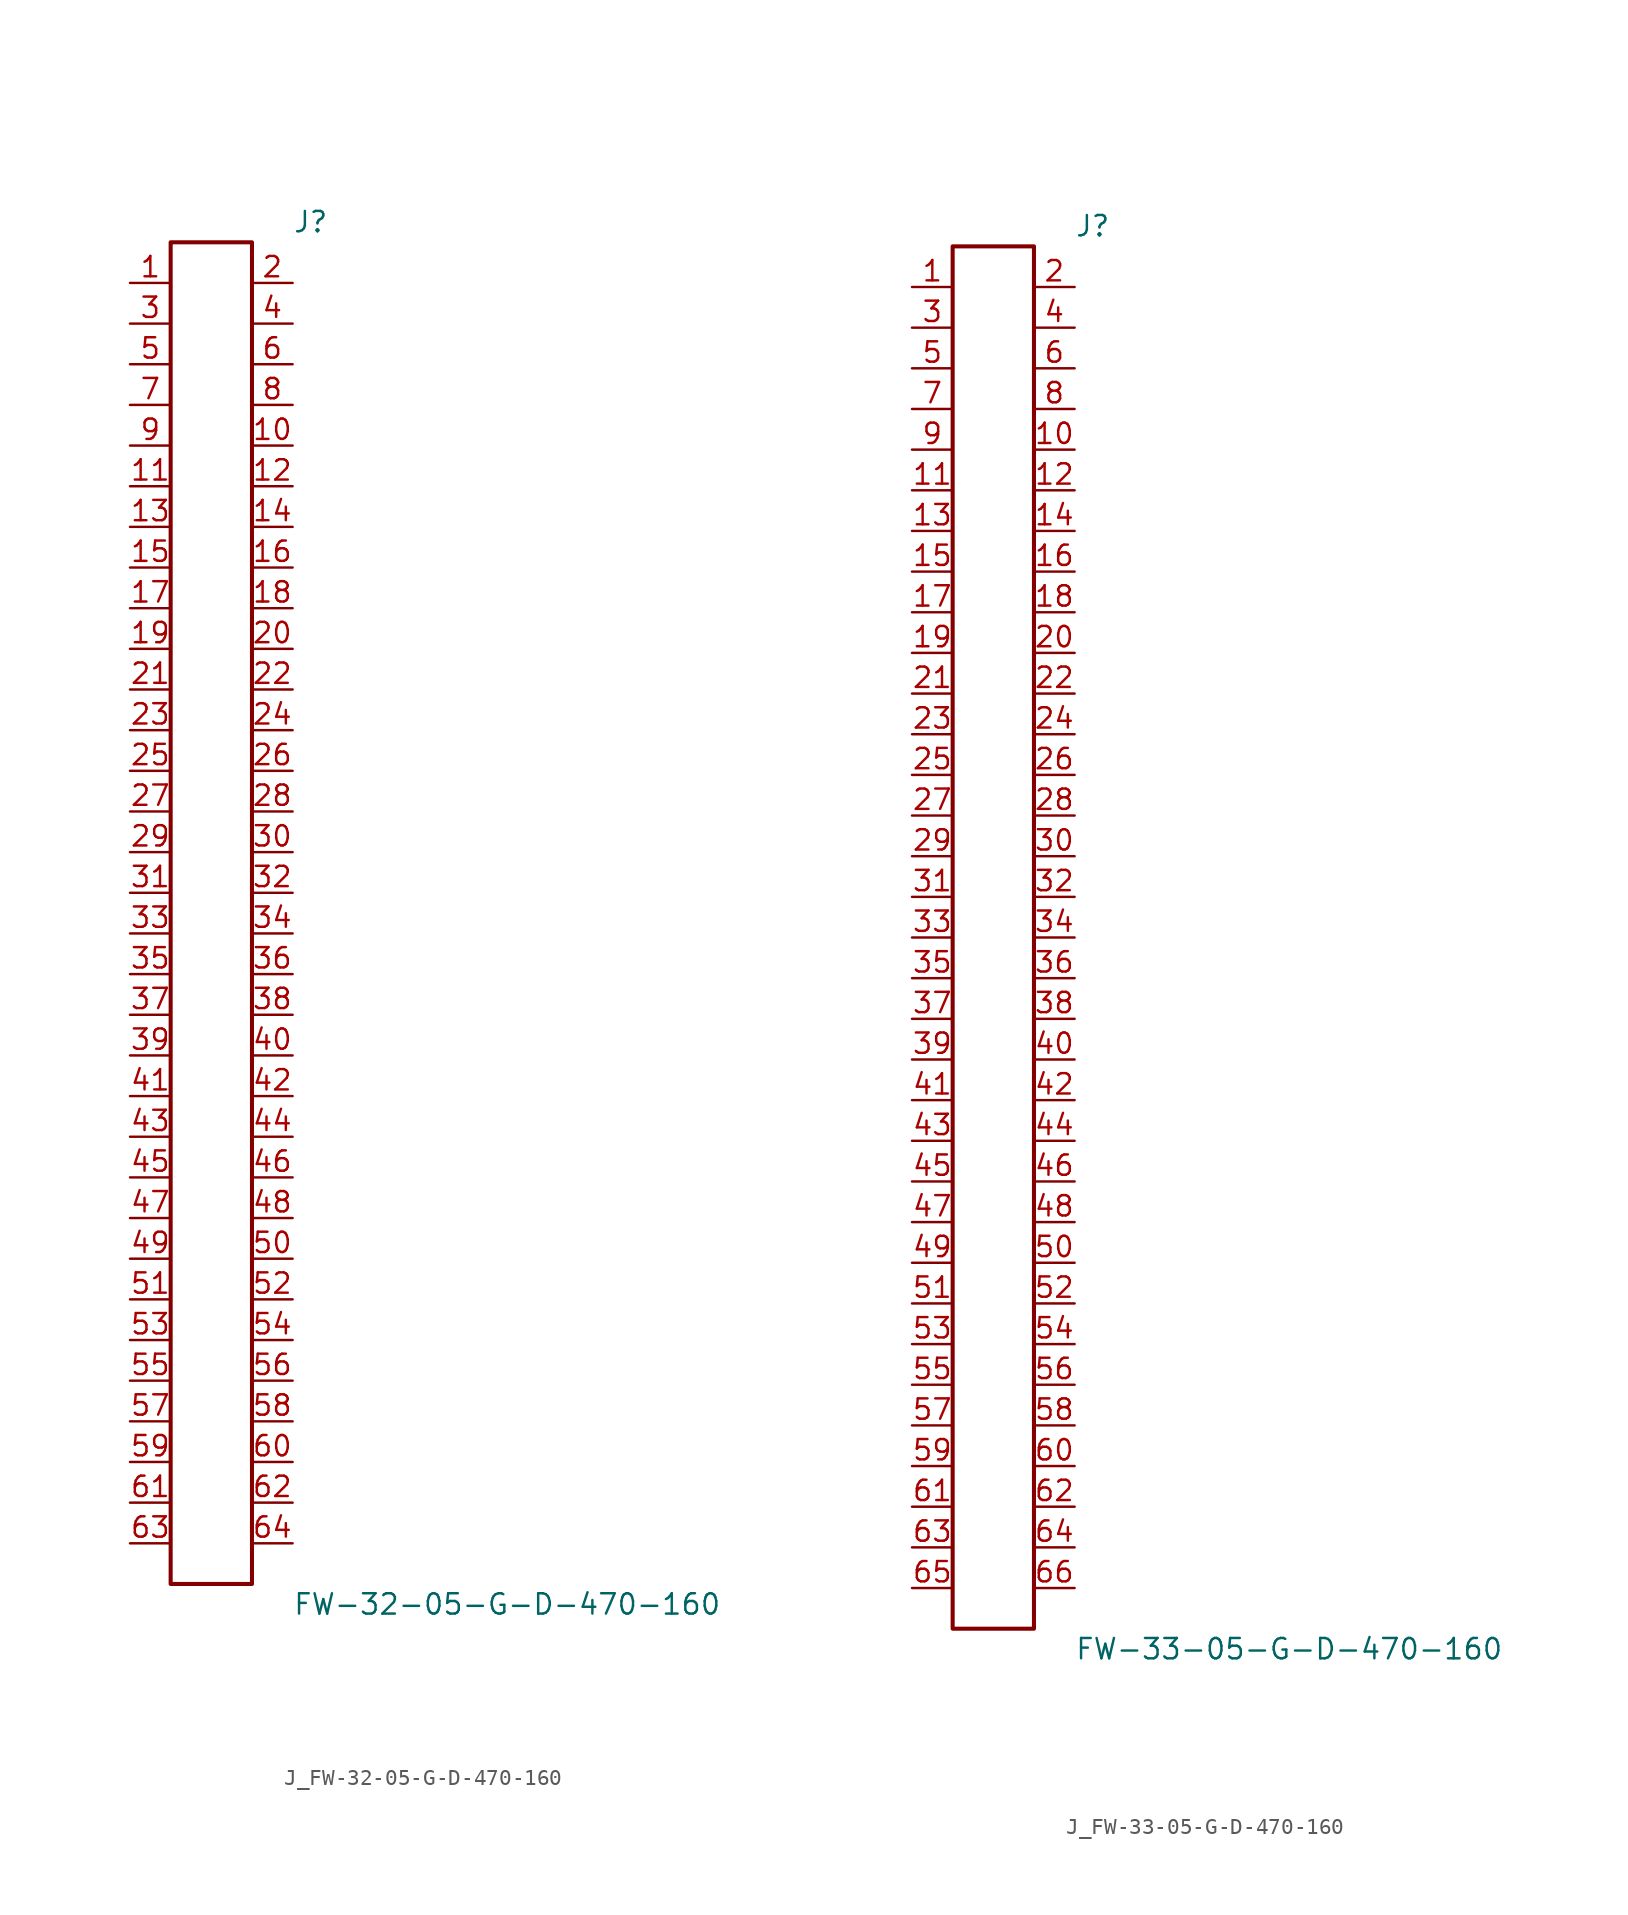
<source format=kicad_sym>
(kicad_symbol_lib
  (version 20231120)
  (generator kicad_symbol_editor)
  (generator_version 8.0)
  (symbol "J_FW-32-05-G-D-470-160"
    (pin_names
      (offset 0.254))
    (property "Reference" "J"
      (at 5.08 43.18 0)
      (effects (font (size 1.27 1.27)) (justify left)))
    (property "Value" "FW-32-05-G-D-470-160"
      (at 5.08 -43.18 0)
      (effects (font (size 1.27 1.27)) (justify left)))
    (symbol "J_FW-32-05-G-D-470-160_0_0"
      (pin unspecified line (at -5.08 39.37 0) (length 2.54) (name "" (effects (font (size 1.27 1.27)))) (number "1" (effects (font (size 1.27 1.27)))))
      (pin unspecified line (at 5.08 39.37 180) (length 2.54) (name "" (effects (font (size 1.27 1.27)))) (number "2" (effects (font (size 1.27 1.27)))))
      (pin unspecified line (at -5.08 36.83 0) (length 2.54) (name "" (effects (font (size 1.27 1.27)))) (number "3" (effects (font (size 1.27 1.27)))))
      (pin unspecified line (at 5.08 36.83 180) (length 2.54) (name "" (effects (font (size 1.27 1.27)))) (number "4" (effects (font (size 1.27 1.27)))))
      (pin unspecified line (at -5.08 34.29 0) (length 2.54) (name "" (effects (font (size 1.27 1.27)))) (number "5" (effects (font (size 1.27 1.27)))))
      (pin unspecified line (at 5.08 34.29 180) (length 2.54) (name "" (effects (font (size 1.27 1.27)))) (number "6" (effects (font (size 1.27 1.27)))))
      (pin unspecified line (at -5.08 31.75 0) (length 2.54) (name "" (effects (font (size 1.27 1.27)))) (number "7" (effects (font (size 1.27 1.27)))))
      (pin unspecified line (at 5.08 31.75 180) (length 2.54) (name "" (effects (font (size 1.27 1.27)))) (number "8" (effects (font (size 1.27 1.27)))))
      (pin unspecified line (at -5.08 29.21 0) (length 2.54) (name "" (effects (font (size 1.27 1.27)))) (number "9" (effects (font (size 1.27 1.27)))))
      (pin unspecified line (at 5.08 29.21 180) (length 2.54) (name "" (effects (font (size 1.27 1.27)))) (number "10" (effects (font (size 1.27 1.27)))))
      (pin unspecified line (at -5.08 26.67 0) (length 2.54) (name "" (effects (font (size 1.27 1.27)))) (number "11" (effects (font (size 1.27 1.27)))))
      (pin unspecified line (at 5.08 26.67 180) (length 2.54) (name "" (effects (font (size 1.27 1.27)))) (number "12" (effects (font (size 1.27 1.27)))))
      (pin unspecified line (at -5.08 24.13 0) (length 2.54) (name "" (effects (font (size 1.27 1.27)))) (number "13" (effects (font (size 1.27 1.27)))))
      (pin unspecified line (at 5.08 24.13 180) (length 2.54) (name "" (effects (font (size 1.27 1.27)))) (number "14" (effects (font (size 1.27 1.27)))))
      (pin unspecified line (at -5.08 21.59 0) (length 2.54) (name "" (effects (font (size 1.27 1.27)))) (number "15" (effects (font (size 1.27 1.27)))))
      (pin unspecified line (at 5.08 21.59 180) (length 2.54) (name "" (effects (font (size 1.27 1.27)))) (number "16" (effects (font (size 1.27 1.27)))))
      (pin unspecified line (at -5.08 19.05 0) (length 2.54) (name "" (effects (font (size 1.27 1.27)))) (number "17" (effects (font (size 1.27 1.27)))))
      (pin unspecified line (at 5.08 19.05 180) (length 2.54) (name "" (effects (font (size 1.27 1.27)))) (number "18" (effects (font (size 1.27 1.27)))))
      (pin unspecified line (at -5.08 16.51 0) (length 2.54) (name "" (effects (font (size 1.27 1.27)))) (number "19" (effects (font (size 1.27 1.27)))))
      (pin unspecified line (at 5.08 16.51 180) (length 2.54) (name "" (effects (font (size 1.27 1.27)))) (number "20" (effects (font (size 1.27 1.27)))))
      (pin unspecified line (at -5.08 13.97 0) (length 2.54) (name "" (effects (font (size 1.27 1.27)))) (number "21" (effects (font (size 1.27 1.27)))))
      (pin unspecified line (at 5.08 13.97 180) (length 2.54) (name "" (effects (font (size 1.27 1.27)))) (number "22" (effects (font (size 1.27 1.27)))))
      (pin unspecified line (at -5.08 11.43 0) (length 2.54) (name "" (effects (font (size 1.27 1.27)))) (number "23" (effects (font (size 1.27 1.27)))))
      (pin unspecified line (at 5.08 11.43 180) (length 2.54) (name "" (effects (font (size 1.27 1.27)))) (number "24" (effects (font (size 1.27 1.27)))))
      (pin unspecified line (at -5.08 8.89 0) (length 2.54) (name "" (effects (font (size 1.27 1.27)))) (number "25" (effects (font (size 1.27 1.27)))))
      (pin unspecified line (at 5.08 8.89 180) (length 2.54) (name "" (effects (font (size 1.27 1.27)))) (number "26" (effects (font (size 1.27 1.27)))))
      (pin unspecified line (at -5.08 6.35 0) (length 2.54) (name "" (effects (font (size 1.27 1.27)))) (number "27" (effects (font (size 1.27 1.27)))))
      (pin unspecified line (at 5.08 6.35 180) (length 2.54) (name "" (effects (font (size 1.27 1.27)))) (number "28" (effects (font (size 1.27 1.27)))))
      (pin unspecified line (at -5.08 3.81 0) (length 2.54) (name "" (effects (font (size 1.27 1.27)))) (number "29" (effects (font (size 1.27 1.27)))))
      (pin unspecified line (at 5.08 3.81 180) (length 2.54) (name "" (effects (font (size 1.27 1.27)))) (number "30" (effects (font (size 1.27 1.27)))))
      (pin unspecified line (at -5.08 1.27 0) (length 2.54) (name "" (effects (font (size 1.27 1.27)))) (number "31" (effects (font (size 1.27 1.27)))))
      (pin unspecified line (at 5.08 1.27 180) (length 2.54) (name "" (effects (font (size 1.27 1.27)))) (number "32" (effects (font (size 1.27 1.27)))))
      (pin unspecified line (at -5.08 -1.27 0) (length 2.54) (name "" (effects (font (size 1.27 1.27)))) (number "33" (effects (font (size 1.27 1.27)))))
      (pin unspecified line (at 5.08 -1.27 180) (length 2.54) (name "" (effects (font (size 1.27 1.27)))) (number "34" (effects (font (size 1.27 1.27)))))
      (pin unspecified line (at -5.08 -3.81 0) (length 2.54) (name "" (effects (font (size 1.27 1.27)))) (number "35" (effects (font (size 1.27 1.27)))))
      (pin unspecified line (at 5.08 -3.81 180) (length 2.54) (name "" (effects (font (size 1.27 1.27)))) (number "36" (effects (font (size 1.27 1.27)))))
      (pin unspecified line (at -5.08 -6.35 0) (length 2.54) (name "" (effects (font (size 1.27 1.27)))) (number "37" (effects (font (size 1.27 1.27)))))
      (pin unspecified line (at 5.08 -6.35 180) (length 2.54) (name "" (effects (font (size 1.27 1.27)))) (number "38" (effects (font (size 1.27 1.27)))))
      (pin unspecified line (at -5.08 -8.89 0) (length 2.54) (name "" (effects (font (size 1.27 1.27)))) (number "39" (effects (font (size 1.27 1.27)))))
      (pin unspecified line (at 5.08 -8.89 180) (length 2.54) (name "" (effects (font (size 1.27 1.27)))) (number "40" (effects (font (size 1.27 1.27)))))
      (pin unspecified line (at -5.08 -11.43 0) (length 2.54) (name "" (effects (font (size 1.27 1.27)))) (number "41" (effects (font (size 1.27 1.27)))))
      (pin unspecified line (at 5.08 -11.43 180) (length 2.54) (name "" (effects (font (size 1.27 1.27)))) (number "42" (effects (font (size 1.27 1.27)))))
      (pin unspecified line (at -5.08 -13.97 0) (length 2.54) (name "" (effects (font (size 1.27 1.27)))) (number "43" (effects (font (size 1.27 1.27)))))
      (pin unspecified line (at 5.08 -13.97 180) (length 2.54) (name "" (effects (font (size 1.27 1.27)))) (number "44" (effects (font (size 1.27 1.27)))))
      (pin unspecified line (at -5.08 -16.51 0) (length 2.54) (name "" (effects (font (size 1.27 1.27)))) (number "45" (effects (font (size 1.27 1.27)))))
      (pin unspecified line (at 5.08 -16.51 180) (length 2.54) (name "" (effects (font (size 1.27 1.27)))) (number "46" (effects (font (size 1.27 1.27)))))
      (pin unspecified line (at -5.08 -19.05 0) (length 2.54) (name "" (effects (font (size 1.27 1.27)))) (number "47" (effects (font (size 1.27 1.27)))))
      (pin unspecified line (at 5.08 -19.05 180) (length 2.54) (name "" (effects (font (size 1.27 1.27)))) (number "48" (effects (font (size 1.27 1.27)))))
      (pin unspecified line (at -5.08 -21.59 0) (length 2.54) (name "" (effects (font (size 1.27 1.27)))) (number "49" (effects (font (size 1.27 1.27)))))
      (pin unspecified line (at 5.08 -21.59 180) (length 2.54) (name "" (effects (font (size 1.27 1.27)))) (number "50" (effects (font (size 1.27 1.27)))))
      (pin unspecified line (at -5.08 -24.13 0) (length 2.54) (name "" (effects (font (size 1.27 1.27)))) (number "51" (effects (font (size 1.27 1.27)))))
      (pin unspecified line (at 5.08 -24.13 180) (length 2.54) (name "" (effects (font (size 1.27 1.27)))) (number "52" (effects (font (size 1.27 1.27)))))
      (pin unspecified line (at -5.08 -26.67 0) (length 2.54) (name "" (effects (font (size 1.27 1.27)))) (number "53" (effects (font (size 1.27 1.27)))))
      (pin unspecified line (at 5.08 -26.67 180) (length 2.54) (name "" (effects (font (size 1.27 1.27)))) (number "54" (effects (font (size 1.27 1.27)))))
      (pin unspecified line (at -5.08 -29.21 0) (length 2.54) (name "" (effects (font (size 1.27 1.27)))) (number "55" (effects (font (size 1.27 1.27)))))
      (pin unspecified line (at 5.08 -29.21 180) (length 2.54) (name "" (effects (font (size 1.27 1.27)))) (number "56" (effects (font (size 1.27 1.27)))))
      (pin unspecified line (at -5.08 -31.75 0) (length 2.54) (name "" (effects (font (size 1.27 1.27)))) (number "57" (effects (font (size 1.27 1.27)))))
      (pin unspecified line (at 5.08 -31.75 180) (length 2.54) (name "" (effects (font (size 1.27 1.27)))) (number "58" (effects (font (size 1.27 1.27)))))
      (pin unspecified line (at -5.08 -34.29 0) (length 2.54) (name "" (effects (font (size 1.27 1.27)))) (number "59" (effects (font (size 1.27 1.27)))))
      (pin unspecified line (at 5.08 -34.29 180) (length 2.54) (name "" (effects (font (size 1.27 1.27)))) (number "60" (effects (font (size 1.27 1.27)))))
      (pin unspecified line (at -5.08 -36.83 0) (length 2.54) (name "" (effects (font (size 1.27 1.27)))) (number "61" (effects (font (size 1.27 1.27)))))
      (pin unspecified line (at 5.08 -36.83 180) (length 2.54) (name "" (effects (font (size 1.27 1.27)))) (number "62" (effects (font (size 1.27 1.27)))))
      (pin unspecified line (at -5.08 -39.37 0) (length 2.54) (name "" (effects (font (size 1.27 1.27)))) (number "63" (effects (font (size 1.27 1.27)))))
      (pin unspecified line (at 5.08 -39.37 180) (length 2.54) (name "" (effects (font (size 1.27 1.27)))) (number "64" (effects (font (size 1.27 1.27))))))
    (symbol "J_FW-32-05-G-D-470-160_1_0"
      (rectangle (start -2.54 41.91) (end 2.54 -41.91) (stroke (width 0.254) (type solid)) (fill (type none)))))
  (symbol "J_FW-33-05-G-D-470-160"
    (pin_names
      (offset 0.254))
    (property "Reference" "J"
      (at 5.08 44.45 0)
      (effects (font (size 1.27 1.27)) (justify left)))
    (property "Value" "FW-33-05-G-D-470-160"
      (at 5.08 -44.45 0)
      (effects (font (size 1.27 1.27)) (justify left)))
    (symbol "J_FW-33-05-G-D-470-160_0_0"
      (pin unspecified line (at -5.08 40.64 0) (length 2.54) (name "" (effects (font (size 1.27 1.27)))) (number "1" (effects (font (size 1.27 1.27)))))
      (pin unspecified line (at 5.08 40.64 180) (length 2.54) (name "" (effects (font (size 1.27 1.27)))) (number "2" (effects (font (size 1.27 1.27)))))
      (pin unspecified line (at -5.08 38.1 0) (length 2.54) (name "" (effects (font (size 1.27 1.27)))) (number "3" (effects (font (size 1.27 1.27)))))
      (pin unspecified line (at 5.08 38.1 180) (length 2.54) (name "" (effects (font (size 1.27 1.27)))) (number "4" (effects (font (size 1.27 1.27)))))
      (pin unspecified line (at -5.08 35.56 0) (length 2.54) (name "" (effects (font (size 1.27 1.27)))) (number "5" (effects (font (size 1.27 1.27)))))
      (pin unspecified line (at 5.08 35.56 180) (length 2.54) (name "" (effects (font (size 1.27 1.27)))) (number "6" (effects (font (size 1.27 1.27)))))
      (pin unspecified line (at -5.08 33.02 0) (length 2.54) (name "" (effects (font (size 1.27 1.27)))) (number "7" (effects (font (size 1.27 1.27)))))
      (pin unspecified line (at 5.08 33.02 180) (length 2.54) (name "" (effects (font (size 1.27 1.27)))) (number "8" (effects (font (size 1.27 1.27)))))
      (pin unspecified line (at -5.08 30.48 0) (length 2.54) (name "" (effects (font (size 1.27 1.27)))) (number "9" (effects (font (size 1.27 1.27)))))
      (pin unspecified line (at 5.08 30.48 180) (length 2.54) (name "" (effects (font (size 1.27 1.27)))) (number "10" (effects (font (size 1.27 1.27)))))
      (pin unspecified line (at -5.08 27.94 0) (length 2.54) (name "" (effects (font (size 1.27 1.27)))) (number "11" (effects (font (size 1.27 1.27)))))
      (pin unspecified line (at 5.08 27.94 180) (length 2.54) (name "" (effects (font (size 1.27 1.27)))) (number "12" (effects (font (size 1.27 1.27)))))
      (pin unspecified line (at -5.08 25.4 0) (length 2.54) (name "" (effects (font (size 1.27 1.27)))) (number "13" (effects (font (size 1.27 1.27)))))
      (pin unspecified line (at 5.08 25.4 180) (length 2.54) (name "" (effects (font (size 1.27 1.27)))) (number "14" (effects (font (size 1.27 1.27)))))
      (pin unspecified line (at -5.08 22.86 0) (length 2.54) (name "" (effects (font (size 1.27 1.27)))) (number "15" (effects (font (size 1.27 1.27)))))
      (pin unspecified line (at 5.08 22.86 180) (length 2.54) (name "" (effects (font (size 1.27 1.27)))) (number "16" (effects (font (size 1.27 1.27)))))
      (pin unspecified line (at -5.08 20.32 0) (length 2.54) (name "" (effects (font (size 1.27 1.27)))) (number "17" (effects (font (size 1.27 1.27)))))
      (pin unspecified line (at 5.08 20.32 180) (length 2.54) (name "" (effects (font (size 1.27 1.27)))) (number "18" (effects (font (size 1.27 1.27)))))
      (pin unspecified line (at -5.08 17.78 0) (length 2.54) (name "" (effects (font (size 1.27 1.27)))) (number "19" (effects (font (size 1.27 1.27)))))
      (pin unspecified line (at 5.08 17.78 180) (length 2.54) (name "" (effects (font (size 1.27 1.27)))) (number "20" (effects (font (size 1.27 1.27)))))
      (pin unspecified line (at -5.08 15.24 0) (length 2.54) (name "" (effects (font (size 1.27 1.27)))) (number "21" (effects (font (size 1.27 1.27)))))
      (pin unspecified line (at 5.08 15.24 180) (length 2.54) (name "" (effects (font (size 1.27 1.27)))) (number "22" (effects (font (size 1.27 1.27)))))
      (pin unspecified line (at -5.08 12.7 0) (length 2.54) (name "" (effects (font (size 1.27 1.27)))) (number "23" (effects (font (size 1.27 1.27)))))
      (pin unspecified line (at 5.08 12.7 180) (length 2.54) (name "" (effects (font (size 1.27 1.27)))) (number "24" (effects (font (size 1.27 1.27)))))
      (pin unspecified line (at -5.08 10.16 0) (length 2.54) (name "" (effects (font (size 1.27 1.27)))) (number "25" (effects (font (size 1.27 1.27)))))
      (pin unspecified line (at 5.08 10.16 180) (length 2.54) (name "" (effects (font (size 1.27 1.27)))) (number "26" (effects (font (size 1.27 1.27)))))
      (pin unspecified line (at -5.08 7.62 0) (length 2.54) (name "" (effects (font (size 1.27 1.27)))) (number "27" (effects (font (size 1.27 1.27)))))
      (pin unspecified line (at 5.08 7.62 180) (length 2.54) (name "" (effects (font (size 1.27 1.27)))) (number "28" (effects (font (size 1.27 1.27)))))
      (pin unspecified line (at -5.08 5.08 0) (length 2.54) (name "" (effects (font (size 1.27 1.27)))) (number "29" (effects (font (size 1.27 1.27)))))
      (pin unspecified line (at 5.08 5.08 180) (length 2.54) (name "" (effects (font (size 1.27 1.27)))) (number "30" (effects (font (size 1.27 1.27)))))
      (pin unspecified line (at -5.08 2.54 0) (length 2.54) (name "" (effects (font (size 1.27 1.27)))) (number "31" (effects (font (size 1.27 1.27)))))
      (pin unspecified line (at 5.08 2.54 180) (length 2.54) (name "" (effects (font (size 1.27 1.27)))) (number "32" (effects (font (size 1.27 1.27)))))
      (pin unspecified line (at -5.08 0.0 0) (length 2.54) (name "" (effects (font (size 1.27 1.27)))) (number "33" (effects (font (size 1.27 1.27)))))
      (pin unspecified line (at 5.08 0.0 180) (length 2.54) (name "" (effects (font (size 1.27 1.27)))) (number "34" (effects (font (size 1.27 1.27)))))
      (pin unspecified line (at -5.08 -2.54 0) (length 2.54) (name "" (effects (font (size 1.27 1.27)))) (number "35" (effects (font (size 1.27 1.27)))))
      (pin unspecified line (at 5.08 -2.54 180) (length 2.54) (name "" (effects (font (size 1.27 1.27)))) (number "36" (effects (font (size 1.27 1.27)))))
      (pin unspecified line (at -5.08 -5.08 0) (length 2.54) (name "" (effects (font (size 1.27 1.27)))) (number "37" (effects (font (size 1.27 1.27)))))
      (pin unspecified line (at 5.08 -5.08 180) (length 2.54) (name "" (effects (font (size 1.27 1.27)))) (number "38" (effects (font (size 1.27 1.27)))))
      (pin unspecified line (at -5.08 -7.62 0) (length 2.54) (name "" (effects (font (size 1.27 1.27)))) (number "39" (effects (font (size 1.27 1.27)))))
      (pin unspecified line (at 5.08 -7.62 180) (length 2.54) (name "" (effects (font (size 1.27 1.27)))) (number "40" (effects (font (size 1.27 1.27)))))
      (pin unspecified line (at -5.08 -10.16 0) (length 2.54) (name "" (effects (font (size 1.27 1.27)))) (number "41" (effects (font (size 1.27 1.27)))))
      (pin unspecified line (at 5.08 -10.16 180) (length 2.54) (name "" (effects (font (size 1.27 1.27)))) (number "42" (effects (font (size 1.27 1.27)))))
      (pin unspecified line (at -5.08 -12.7 0) (length 2.54) (name "" (effects (font (size 1.27 1.27)))) (number "43" (effects (font (size 1.27 1.27)))))
      (pin unspecified line (at 5.08 -12.7 180) (length 2.54) (name "" (effects (font (size 1.27 1.27)))) (number "44" (effects (font (size 1.27 1.27)))))
      (pin unspecified line (at -5.08 -15.24 0) (length 2.54) (name "" (effects (font (size 1.27 1.27)))) (number "45" (effects (font (size 1.27 1.27)))))
      (pin unspecified line (at 5.08 -15.24 180) (length 2.54) (name "" (effects (font (size 1.27 1.27)))) (number "46" (effects (font (size 1.27 1.27)))))
      (pin unspecified line (at -5.08 -17.78 0) (length 2.54) (name "" (effects (font (size 1.27 1.27)))) (number "47" (effects (font (size 1.27 1.27)))))
      (pin unspecified line (at 5.08 -17.78 180) (length 2.54) (name "" (effects (font (size 1.27 1.27)))) (number "48" (effects (font (size 1.27 1.27)))))
      (pin unspecified line (at -5.08 -20.32 0) (length 2.54) (name "" (effects (font (size 1.27 1.27)))) (number "49" (effects (font (size 1.27 1.27)))))
      (pin unspecified line (at 5.08 -20.32 180) (length 2.54) (name "" (effects (font (size 1.27 1.27)))) (number "50" (effects (font (size 1.27 1.27)))))
      (pin unspecified line (at -5.08 -22.86 0) (length 2.54) (name "" (effects (font (size 1.27 1.27)))) (number "51" (effects (font (size 1.27 1.27)))))
      (pin unspecified line (at 5.08 -22.86 180) (length 2.54) (name "" (effects (font (size 1.27 1.27)))) (number "52" (effects (font (size 1.27 1.27)))))
      (pin unspecified line (at -5.08 -25.4 0) (length 2.54) (name "" (effects (font (size 1.27 1.27)))) (number "53" (effects (font (size 1.27 1.27)))))
      (pin unspecified line (at 5.08 -25.4 180) (length 2.54) (name "" (effects (font (size 1.27 1.27)))) (number "54" (effects (font (size 1.27 1.27)))))
      (pin unspecified line (at -5.08 -27.94 0) (length 2.54) (name "" (effects (font (size 1.27 1.27)))) (number "55" (effects (font (size 1.27 1.27)))))
      (pin unspecified line (at 5.08 -27.94 180) (length 2.54) (name "" (effects (font (size 1.27 1.27)))) (number "56" (effects (font (size 1.27 1.27)))))
      (pin unspecified line (at -5.08 -30.48 0) (length 2.54) (name "" (effects (font (size 1.27 1.27)))) (number "57" (effects (font (size 1.27 1.27)))))
      (pin unspecified line (at 5.08 -30.48 180) (length 2.54) (name "" (effects (font (size 1.27 1.27)))) (number "58" (effects (font (size 1.27 1.27)))))
      (pin unspecified line (at -5.08 -33.02 0) (length 2.54) (name "" (effects (font (size 1.27 1.27)))) (number "59" (effects (font (size 1.27 1.27)))))
      (pin unspecified line (at 5.08 -33.02 180) (length 2.54) (name "" (effects (font (size 1.27 1.27)))) (number "60" (effects (font (size 1.27 1.27)))))
      (pin unspecified line (at -5.08 -35.56 0) (length 2.54) (name "" (effects (font (size 1.27 1.27)))) (number "61" (effects (font (size 1.27 1.27)))))
      (pin unspecified line (at 5.08 -35.56 180) (length 2.54) (name "" (effects (font (size 1.27 1.27)))) (number "62" (effects (font (size 1.27 1.27)))))
      (pin unspecified line (at -5.08 -38.1 0) (length 2.54) (name "" (effects (font (size 1.27 1.27)))) (number "63" (effects (font (size 1.27 1.27)))))
      (pin unspecified line (at 5.08 -38.1 180) (length 2.54) (name "" (effects (font (size 1.27 1.27)))) (number "64" (effects (font (size 1.27 1.27)))))
      (pin unspecified line (at -5.08 -40.64 0) (length 2.54) (name "" (effects (font (size 1.27 1.27)))) (number "65" (effects (font (size 1.27 1.27)))))
      (pin unspecified line (at 5.08 -40.64 180) (length 2.54) (name "" (effects (font (size 1.27 1.27)))) (number "66" (effects (font (size 1.27 1.27))))))
    (symbol "J_FW-33-05-G-D-470-160_1_0"
      (rectangle (start -2.54 43.18) (end 2.54 -43.18) (stroke (width 0.254) (type solid)) (fill (type none))))))
</source>
